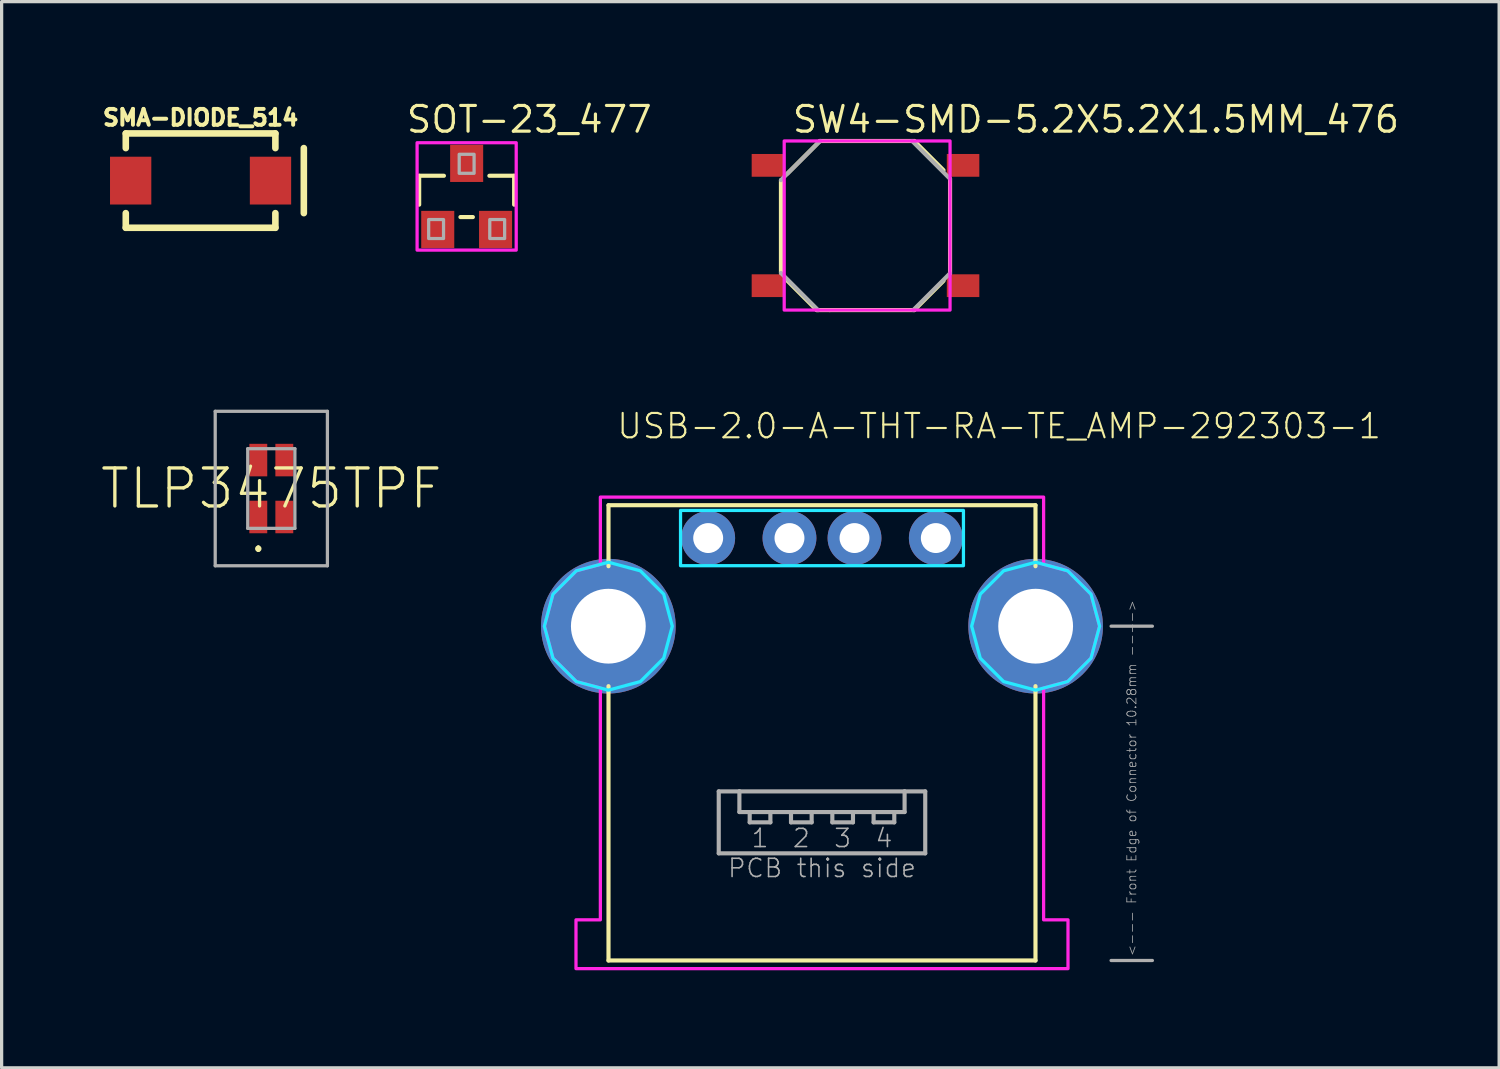
<source format=kicad_pcb>
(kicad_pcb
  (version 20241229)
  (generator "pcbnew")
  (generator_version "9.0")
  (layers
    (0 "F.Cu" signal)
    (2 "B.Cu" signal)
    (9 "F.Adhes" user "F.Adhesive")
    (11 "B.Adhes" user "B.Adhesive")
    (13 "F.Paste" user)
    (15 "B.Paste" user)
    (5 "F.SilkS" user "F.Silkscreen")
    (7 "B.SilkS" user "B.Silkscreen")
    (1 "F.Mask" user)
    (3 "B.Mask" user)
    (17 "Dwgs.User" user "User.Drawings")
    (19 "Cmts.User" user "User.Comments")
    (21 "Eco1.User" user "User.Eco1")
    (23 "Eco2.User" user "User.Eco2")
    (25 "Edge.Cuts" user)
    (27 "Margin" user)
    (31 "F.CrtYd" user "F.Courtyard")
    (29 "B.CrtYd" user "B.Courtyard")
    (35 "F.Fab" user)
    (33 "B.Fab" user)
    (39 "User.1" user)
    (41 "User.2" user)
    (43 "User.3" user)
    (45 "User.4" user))
  (footprint "SW4-SMD-5.2X5.2X1.5MM_476"
    (layer "F.Cu")
    (at 23.565 3.885)
    (property "Reference" "SW4-SMD-5.2X5.2X1.5MM_476" (at -2.3 -2.8 0) (unlocked yes) (layer "F.SilkS") (effects (font (size 0.791 0.791) (thickness 0.098)) (justify left bottom)))
    (fp_line (start -2.6 1.46) (end -2.6 -1.396) (stroke (width 0.127) (type solid)) (layer "F.SilkS"))
    (fp_line (start -1.5 2.6) (end -2.4 1.7) (stroke (width 0.127) (type solid)) (layer "F.SilkS"))
    (fp_line (start -1.46 2.6) (end -1.5 2.6) (stroke (width 0.127) (type solid)) (layer "F.SilkS"))
    (fp_line (start -1.4 -2.6) (end -2.4 -1.6) (stroke (width 0.127) (type solid)) (layer "F.SilkS"))
    (fp_line (start -1.4 -2.6) (end 1.5 -2.6) (stroke (width 0.127) (type solid)) (layer "F.SilkS"))
    (fp_line (start -1.1 2.6) (end -1.46 2.6) (stroke (width 0.127) (type solid)) (layer "F.SilkS"))
    (fp_line (start 1.5 -2.6) (end 2.4 -1.7) (stroke (width 0.127) (type solid)) (layer "F.SilkS"))
    (fp_line (start 1.5 2.6) (end -1.1 2.6) (stroke (width 0.127) (type solid)) (layer "F.SilkS"))
    (fp_line (start 1.5 2.6) (end 2.4 1.7) (stroke (width 0.127) (type solid)) (layer "F.SilkS"))
    (fp_line (start 2.6 -1.434) (end 2.6 1.469) (stroke (width 0.127) (type solid)) (layer "F.SilkS"))
    (fp_poly (pts (xy -2.5 2.6) (xy 2.6 2.6) (xy 2.6 -2.6) (xy -2.5 -2.6)) (stroke (width 0.1) (type default)) (fill no) (layer "F.CrtYd"))
    (fp_line (start -2.6 -1.396) (end -1.396 -2.6) (stroke (width 0.127) (type solid)) (layer "F.Fab"))
    (fp_line (start -1.46 2.6) (end -2.6 1.46) (stroke (width 0.127) (type solid)) (layer "F.Fab"))
    (fp_line (start 1.434 -2.6) (end 2.6 -1.434) (stroke (width 0.127) (type solid)) (layer "F.Fab"))
    (fp_line (start 2.6 1.469) (end 1.469 2.6) (stroke (width 0.127) (type solid)) (layer "F.Fab"))
    (pad "1" smd rect (at -3 -1.85) (size 1 0.7) (layers "F.Cu" "F.Mask" "F.Paste"))
    (pad "2" smd rect (at 3 -1.85) (size 1 0.7) (layers "F.Cu" "F.Mask" "F.Paste"))
    (pad "3" smd rect (at -3 1.85) (size 1 0.7) (layers "F.Cu" "F.Mask" "F.Paste"))
    (pad "4" smd rect (at 3 1.85) (size 1 0.7) (layers "F.Cu" "F.Mask" "F.Paste")))
  (footprint "TLP3475TPF"
    (layer "F.Cu")
    (at 5.293 11.973)
    (property "Reference" "TLP3475TPF" (at 0 0 0) (unlocked yes) (layer "F.SilkS") (effects (font (size 1.168 1.168) (thickness 0.102))))
    (fp_line (start -0.4 1.8) (end -0.4 1.8) (stroke (width 0.1) (type solid)) (layer "F.SilkS"))
    (fp_line (start -0.4 1.9) (end -0.4 1.9) (stroke (width 0.1) (type solid)) (layer "F.SilkS"))
    (fp_arc (start -0.4 1.8) (mid -0.35 1.85) (end -0.4 1.9) (stroke (width 0.1) (type solid)) (layer "F.SilkS"))
    (fp_arc (start -0.4 1.9) (mid -0.45 1.85) (end -0.4 1.8) (stroke (width 0.1) (type solid)) (layer "F.SilkS"))
    (fp_line (start -1.725 -2.375) (end 1.725 -2.375) (stroke (width 0.1) (type solid)) (layer "F.Fab"))
    (fp_line (start -1.725 2.375) (end -1.725 -2.375) (stroke (width 0.1) (type solid)) (layer "F.Fab"))
    (fp_line (start -0.725 -1.225) (end 0.725 -1.225) (stroke (width 0.1) (type solid)) (layer "F.Fab"))
    (fp_line (start -0.725 1.225) (end -0.725 -1.225) (stroke (width 0.1) (type solid)) (layer "F.Fab"))
    (fp_line (start 0.725 -1.225) (end 0.725 1.225) (stroke (width 0.1) (type solid)) (layer "F.Fab"))
    (fp_line (start 0.725 1.225) (end -0.725 1.225) (stroke (width 0.1) (type solid)) (layer "F.Fab"))
    (fp_line (start 1.725 -2.375) (end 1.725 2.375) (stroke (width 0.1) (type solid)) (layer "F.Fab"))
    (fp_line (start 1.725 2.375) (end -1.725 2.375) (stroke (width 0.1) (type solid)) (layer "F.Fab"))
    (pad "1" smd rect (at -0.4 0.875 90) (size 1 0.55) (layers "F.Cu" "F.Mask" "F.Paste"))
    (pad "2" smd rect (at 0.4 0.875 90) (size 1 0.55) (layers "F.Cu" "F.Mask" "F.Paste"))
    (pad "3" smd rect (at 0.4 -0.875 90) (size 1 0.55) (layers "F.Cu" "F.Mask" "F.Paste"))
    (pad "4" smd rect (at -0.4 -0.875 90) (size 1 0.55) (layers "F.Cu" "F.Mask" "F.Paste")))
  (footprint "USB-2.0-A-THT-RA-TE_AMP-292303-1"
    (layer "F.Cu")
    (at 22.227 16.206)
    (property "Reference" "USB-2.0-A-THT-RA-TE_AMP-292303-1" (at -6.35 -5.715 0) (unlocked yes) (layer "F.SilkS") (effects (font (size 0.748 0.748) (thickness 0.065)) (justify left bottom)))
    (fp_line (start -6.565 -3.72) (end 6.565 -3.72) (stroke (width 0.127) (type solid)) (layer "F.SilkS"))
    (fp_line (start -6.565 -1.844) (end -6.565 -3.72) (stroke (width 0.127) (type solid)) (layer "F.SilkS"))
    (fp_line (start -6.565 1.844) (end -6.565 10.28) (stroke (width 0.127) (type solid)) (layer "F.SilkS"))
    (fp_line (start -6.565 10.28) (end 6.565 10.28) (stroke (width 0.127) (type solid)) (layer "F.SilkS"))
    (fp_line (start 6.565 -3.72) (end 6.565 -1.844) (stroke (width 0.127) (type solid)) (layer "F.SilkS"))
    (fp_line (start 6.565 1.844) (end 6.565 10.28) (stroke (width 0.127) (type solid)) (layer "F.SilkS"))
    (fp_poly (pts (xy 4.35 -1.86) (xy -4.35 -1.86) (xy -4.35 -3.56) (xy 4.35 -3.56)) (stroke (width 0.1) (type default)) (fill no) (layer "B.CrtYd"))
    (fp_poly (pts (xy -5.586 -1.703) (xy -4.867 -0.984) (xy -4.603 0) (xy -4.867 0.984) (xy -5.586 1.703) (xy -6.57 1.967) (xy -7.554 1.703) (xy -8.273 0.984) (xy -8.537 0) (xy -8.273 -0.984) (xy -7.554 -1.703) (xy -6.57 -1.967)) (stroke (width 0.1) (type default)) (fill no) (layer "B.CrtYd"))
    (fp_poly (pts (xy 7.554 -1.703) (xy 8.273 -0.984) (xy 8.537 0) (xy 8.273 0.984) (xy 7.554 1.703) (xy 6.57 1.967) (xy 5.586 1.703) (xy 4.867 0.984) (xy 4.603 0) (xy 4.867 -0.984) (xy 5.586 -1.703) (xy 6.57 -1.967)) (stroke (width 0.1) (type default)) (fill no) (layer "B.CrtYd"))
    (fp_poly (pts (xy 6.815 -1.901) (xy 7.554 -1.703) (xy 8.273 -0.984) (xy 8.537 0) (xy 8.273 0.984) (xy 7.554 1.703) (xy 6.815 1.901) (xy 6.815 9.03) (xy 7.565 9.03) (xy 7.565 10.53) (xy -7.565 10.53) (xy -7.565 9.03) (xy -6.815 9.03) (xy -6.815 1.901) (xy -7.554 1.703) (xy -8.273 0.984) (xy -8.537 0) (xy -8.273 -0.984) (xy -7.554 -1.703) (xy -6.815 -1.901) (xy -6.815 -3.97) (xy 6.815 -3.97)) (stroke (width 0.1) (type default)) (fill no) (layer "F.CrtYd"))
    (fp_line (start -3.175 5.08) (end -2.54 5.08) (stroke (width 0.127) (type solid)) (layer "F.Fab"))
    (fp_line (start -3.175 6.985) (end -3.175 5.08) (stroke (width 0.127) (type solid)) (layer "F.Fab"))
    (fp_line (start -2.54 5.08) (end -2.54 5.715) (stroke (width 0.127) (type solid)) (layer "F.Fab"))
    (fp_line (start -2.54 5.08) (end 2.54 5.08) (stroke (width 0.127) (type solid)) (layer "F.Fab"))
    (fp_line (start -2.54 5.715) (end -2.223 5.715) (stroke (width 0.127) (type solid)) (layer "F.Fab"))
    (fp_line (start -2.223 5.715) (end -2.223 6.032) (stroke (width 0.127) (type solid)) (layer "F.Fab"))
    (fp_line (start -2.223 5.715) (end -1.587 5.715) (stroke (width 0.127) (type solid)) (layer "F.Fab"))
    (fp_line (start -2.223 6.032) (end -1.587 6.032) (stroke (width 0.127) (type solid)) (layer "F.Fab"))
    (fp_line (start -1.587 5.715) (end -0.953 5.715) (stroke (width 0.127) (type solid)) (layer "F.Fab"))
    (fp_line (start -1.587 6.032) (end -1.587 5.715) (stroke (width 0.127) (type solid)) (layer "F.Fab"))
    (fp_line (start -0.953 5.715) (end -0.953 6.032) (stroke (width 0.127) (type solid)) (layer "F.Fab"))
    (fp_line (start -0.953 5.715) (end -0.318 5.715) (stroke (width 0.127) (type solid)) (layer "F.Fab"))
    (fp_line (start -0.953 6.032) (end -0.318 6.032) (stroke (width 0.127) (type solid)) (layer "F.Fab"))
    (fp_line (start -0.318 5.715) (end 0.318 5.715) (stroke (width 0.127) (type solid)) (layer "F.Fab"))
    (fp_line (start -0.318 6.032) (end -0.318 5.715) (stroke (width 0.127) (type solid)) (layer "F.Fab"))
    (fp_line (start 0.318 5.715) (end 0.318 6.032) (stroke (width 0.127) (type solid)) (layer "F.Fab"))
    (fp_line (start 0.318 5.715) (end 0.953 5.715) (stroke (width 0.127) (type solid)) (layer "F.Fab"))
    (fp_line (start 0.318 6.032) (end 0.953 6.032) (stroke (width 0.127) (type solid)) (layer "F.Fab"))
    (fp_line (start 0.953 5.715) (end 1.587 5.715) (stroke (width 0.127) (type solid)) (layer "F.Fab"))
    (fp_line (start 0.953 6.032) (end 0.953 5.715) (stroke (width 0.127) (type solid)) (layer "F.Fab"))
    (fp_line (start 1.587 5.715) (end 1.587 6.032) (stroke (width 0.127) (type solid)) (layer "F.Fab"))
    (fp_line (start 1.587 5.715) (end 2.223 5.715) (stroke (width 0.127) (type solid)) (layer "F.Fab"))
    (fp_line (start 1.587 6.032) (end 2.223 6.032) (stroke (width 0.127) (type solid)) (layer "F.Fab"))
    (fp_line (start 2.223 5.715) (end 2.54 5.715) (stroke (width 0.127) (type solid)) (layer "F.Fab"))
    (fp_line (start 2.223 6.032) (end 2.223 5.715) (stroke (width 0.127) (type solid)) (layer "F.Fab"))
    (fp_line (start 2.54 5.08) (end 3.175 5.08) (stroke (width 0.127) (type solid)) (layer "F.Fab"))
    (fp_line (start 2.54 5.715) (end 2.54 5.08) (stroke (width 0.127) (type solid)) (layer "F.Fab"))
    (fp_line (start 3.175 5.08) (end 3.175 6.985) (stroke (width 0.127) (type solid)) (layer "F.Fab"))
    (fp_line (start 3.175 6.985) (end -3.175 6.985) (stroke (width 0.127) (type solid)) (layer "F.Fab"))
    (fp_line (start 8.89 0) (end 10.16 0) (stroke (width 0.1) (type solid)) (layer "F.Fab"))
    (fp_line (start 8.89 10.28) (end 10.16 10.28) (stroke (width 0.1) (type solid)) (layer "F.Fab"))
    (fp_text user "1" (at -1.905 6.191 0) (unlocked yes) (layer "F.Fab") (effects (font (size 0.561 0.561) (thickness 0.049)) (justify top)))
    (fp_text user "4" (at 1.905 6.191 0) (unlocked yes) (layer "F.Fab") (effects (font (size 0.561 0.561) (thickness 0.049)) (justify top)))
    (fp_text user "2" (at -0.635 6.191 0) (unlocked yes) (layer "F.Fab") (effects (font (size 0.561 0.561) (thickness 0.049)) (justify top)))
    (fp_text user "<--- Front Edge of Connector 10.28mm ---->" (at 9.525 10.16 90) (unlocked yes) (layer "F.Fab") (effects (font (size 0.28 0.28) (thickness 0.024)) (justify left)))
    (fp_text user "3" (at 0.635 6.191 0) (unlocked yes) (layer "F.Fab") (effects (font (size 0.561 0.561) (thickness 0.049)) (justify top)))
    (fp_text user "PCB this side" (at 0 7.112 0) (unlocked yes) (layer "F.Fab") (effects (font (size 0.561 0.561) (thickness 0.049)) (justify top)))
    (pad "P$1" thru_hole circle (at -3.5 -2.71) (size 1.656 1.656) (drill 0.92) (layers "*.Cu" "*.Mask"))
    (pad "P$2" thru_hole circle (at -1 -2.71) (size 1.656 1.656) (drill 0.92) (layers "*.Cu" "*.Mask"))
    (pad "P$3" thru_hole circle (at 1 -2.71) (size 1.656 1.656) (drill 0.92) (layers "*.Cu" "*.Mask"))
    (pad "P$4" thru_hole circle (at 3.5 -2.71) (size 1.656 1.656) (drill 0.92) (layers "*.Cu" "*.Mask"))
    (pad "S$1" thru_hole circle (at -6.57 0) (size 4.14 4.14) (drill 2.3) (layers "*.Cu" "*.Mask"))
    (pad "S$2" thru_hole circle (at 6.57 0) (size 4.14 4.14) (drill 2.3) (layers "*.Cu" "*.Mask")))
  (footprint "SMA-DIODE_514"
    (layer "F.Cu")
    (at 3.118 2.504)
    (property "Reference" "SMA-DIODE_514" (at 0 -1.651 0) (unlocked yes) (layer "F.SilkS") (effects (font (size 0.488 0.488) (thickness 0.122)) (justify bottom)))
    (fp_line (start -2.3 -1.45) (end 2.3 -1.45) (stroke (width 0.203) (type solid)) (layer "F.SilkS"))
    (fp_line (start -2.3 -1) (end -2.3 -1.45) (stroke (width 0.203) (type solid)) (layer "F.SilkS"))
    (fp_line (start -2.3 1.45) (end -2.3 1) (stroke (width 0.203) (type solid)) (layer "F.SilkS"))
    (fp_line (start 2.3 -1.45) (end 2.3 -1) (stroke (width 0.203) (type solid)) (layer "F.SilkS"))
    (fp_line (start 2.3 1) (end 2.3 1.45) (stroke (width 0.203) (type solid)) (layer "F.SilkS"))
    (fp_line (start 2.3 1.45) (end -2.3 1.45) (stroke (width 0.203) (type solid)) (layer "F.SilkS"))
    (fp_line (start 3.175 -1) (end 3.175 1) (stroke (width 0.203) (type solid)) (layer "F.SilkS"))
    (pad "A" smd rect (at -2.15 0 180) (size 1.27 1.47) (layers "F.Cu" "F.Mask" "F.Paste"))
    (pad "C" smd rect (at 2.15 0) (size 1.27 1.47) (layers "F.Cu" "F.Mask" "F.Paste")))
  (footprint "SOT-23_477"
    (layer "F.Cu")
    (at 11.3 2.99)
    (property "Reference" "SOT-23_477" (at -1.905 -1.905 0) (unlocked yes) (layer "F.SilkS") (effects (font (size 0.791 0.791) (thickness 0.098)) (justify left bottom)))
    (fp_line (start -1.46 -0.635) (end -1.46 0.254) (stroke (width 0.127) (type solid)) (layer "F.SilkS"))
    (fp_line (start -0.699 -0.635) (end -1.46 -0.635) (stroke (width 0.127) (type solid)) (layer "F.SilkS"))
    (fp_line (start -0.191 0.635) (end 0.191 0.635) (stroke (width 0.127) (type solid)) (layer "F.SilkS"))
    (fp_line (start 1.46 -0.635) (end 0.699 -0.635) (stroke (width 0.127) (type solid)) (layer "F.SilkS"))
    (fp_line (start 1.46 0.254) (end 1.46 -0.635) (stroke (width 0.127) (type solid)) (layer "F.SilkS"))
    (fp_poly (pts (xy -1.524 1.651) (xy 1.524 1.651) (xy 1.524 -1.651) (xy -1.524 -1.651)) (stroke (width 0.1) (type default)) (fill no) (layer "F.CrtYd"))
    (fp_poly (pts (xy -1.168 1.295) (xy -0.711 1.295) (xy -0.711 0.711) (xy -1.168 0.711)) (stroke (width 0.1) (type default)) (fill no) (layer "F.Fab"))
    (fp_poly (pts (xy -0.229 -0.711) (xy 0.229 -0.711) (xy 0.229 -1.295) (xy -0.229 -1.295)) (stroke (width 0.1) (type default)) (fill no) (layer "F.Fab"))
    (fp_poly (pts (xy 0.711 1.295) (xy 1.168 1.295) (xy 1.168 0.711) (xy 0.711 0.711)) (stroke (width 0.1) (type default)) (fill no) (layer "F.Fab"))
    (pad "1" smd rect (at -0.889 1.016 180) (size 1.016 1.143) (layers "F.Cu" "F.Mask" "F.Paste"))
    (pad "2" smd rect (at 0.889 1.016) (size 1.016 1.143) (layers "F.Cu" "F.Mask" "F.Paste"))
    (pad "3" smd rect (at 0 -1.016) (size 1.016 1.143) (layers "F.Cu" "F.Mask" "F.Paste")))
  (gr_rect
    (start -3 -3)
    (end 43.05 29.786)
    (stroke (width 0.1) (type default))
    (fill no)
    (layer "Edge.Cuts")))
</source>
